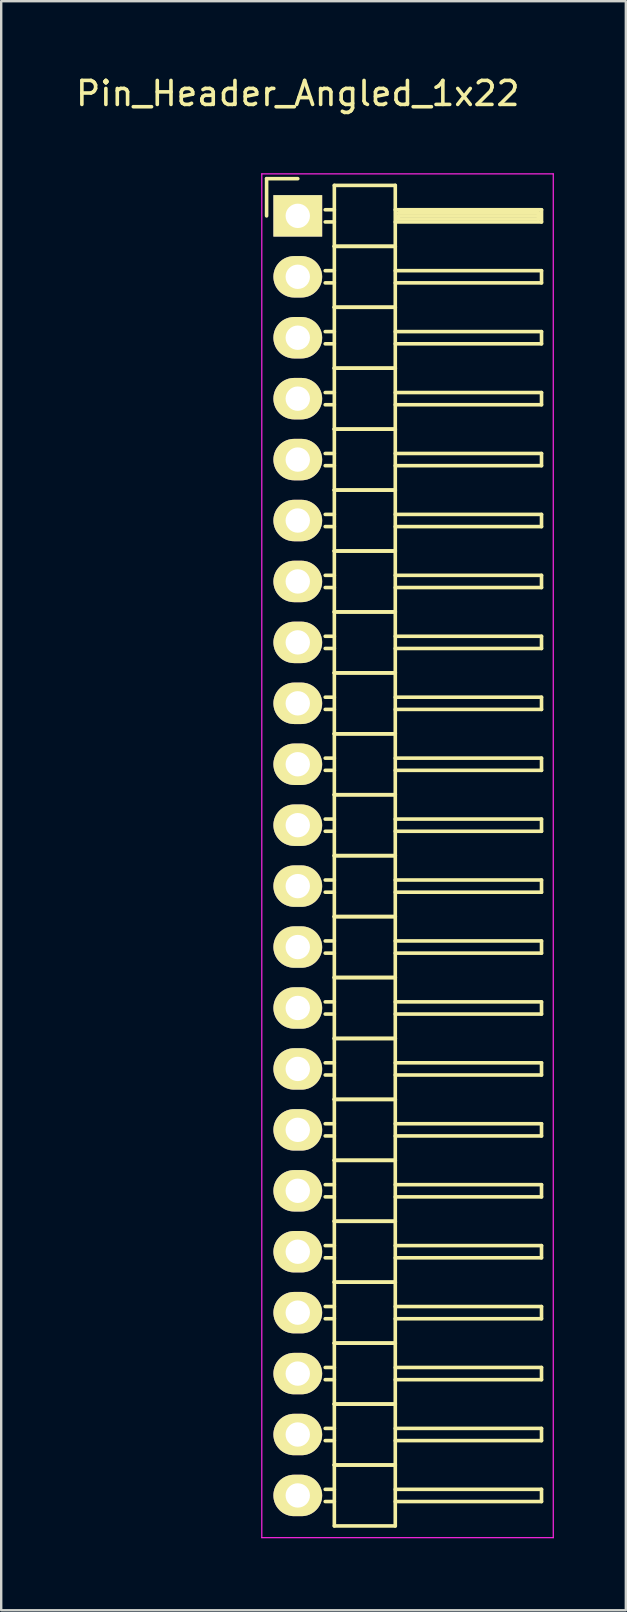
<source format=kicad_pcb>
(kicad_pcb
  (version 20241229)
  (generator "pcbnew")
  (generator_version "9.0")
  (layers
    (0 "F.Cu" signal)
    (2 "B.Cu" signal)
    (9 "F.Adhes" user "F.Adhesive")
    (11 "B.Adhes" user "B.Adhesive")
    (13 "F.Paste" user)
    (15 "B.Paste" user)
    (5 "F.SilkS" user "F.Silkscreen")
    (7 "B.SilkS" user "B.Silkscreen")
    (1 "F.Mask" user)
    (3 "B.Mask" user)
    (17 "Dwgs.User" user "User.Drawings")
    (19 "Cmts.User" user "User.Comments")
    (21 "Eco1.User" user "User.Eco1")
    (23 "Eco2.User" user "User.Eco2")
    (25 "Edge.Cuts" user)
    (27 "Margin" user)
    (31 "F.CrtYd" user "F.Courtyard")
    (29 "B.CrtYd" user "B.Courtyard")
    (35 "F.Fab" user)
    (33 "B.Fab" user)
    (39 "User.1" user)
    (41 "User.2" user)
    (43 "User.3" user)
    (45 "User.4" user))
  (footprint "Pin_Header_Angled_1x22"
    (layer "F.Cu")
    (at 9.363 5.948)
    (property "Reference" "Pin_Header_Angled_1x22" (at 0 -5.1 0) (layer "F.SilkS") (effects (font (size 1 1) (thickness 0.15))))
    (attr through_hole)
    (fp_line (start -1.3 -1.55) (end -1.3 0) (stroke (width 0.15) (type solid)) (layer "F.SilkS"))
    (fp_line (start 0 -1.55) (end -1.3 -1.55) (stroke (width 0.15) (type solid)) (layer "F.SilkS"))
    (fp_line (start 1.524 -1.27) (end 1.524 1.27) (stroke (width 0.15) (type solid)) (layer "F.SilkS"))
    (fp_line (start 1.524 -1.27) (end 4.064 -1.27) (stroke (width 0.15) (type solid)) (layer "F.SilkS"))
    (fp_line (start 1.524 -0.254) (end 1.143 -0.254) (stroke (width 0.15) (type solid)) (layer "F.SilkS"))
    (fp_line (start 1.524 0.254) (end 1.143 0.254) (stroke (width 0.15) (type solid)) (layer "F.SilkS"))
    (fp_line (start 1.524 1.27) (end 1.524 3.81) (stroke (width 0.15) (type solid)) (layer "F.SilkS"))
    (fp_line (start 1.524 1.27) (end 4.064 1.27) (stroke (width 0.15) (type solid)) (layer "F.SilkS"))
    (fp_line (start 1.524 1.27) (end 4.064 1.27) (stroke (width 0.15) (type solid)) (layer "F.SilkS"))
    (fp_line (start 1.524 2.286) (end 1.143 2.286) (stroke (width 0.15) (type solid)) (layer "F.SilkS"))
    (fp_line (start 1.524 2.794) (end 1.143 2.794) (stroke (width 0.15) (type solid)) (layer "F.SilkS"))
    (fp_line (start 1.524 3.81) (end 1.524 6.35) (stroke (width 0.15) (type solid)) (layer "F.SilkS"))
    (fp_line (start 1.524 3.81) (end 4.064 3.81) (stroke (width 0.15) (type solid)) (layer "F.SilkS"))
    (fp_line (start 1.524 3.81) (end 4.064 3.81) (stroke (width 0.15) (type solid)) (layer "F.SilkS"))
    (fp_line (start 1.524 4.826) (end 1.143 4.826) (stroke (width 0.15) (type solid)) (layer "F.SilkS"))
    (fp_line (start 1.524 5.334) (end 1.143 5.334) (stroke (width 0.15) (type solid)) (layer "F.SilkS"))
    (fp_line (start 1.524 6.35) (end 1.524 8.89) (stroke (width 0.15) (type solid)) (layer "F.SilkS"))
    (fp_line (start 1.524 6.35) (end 4.064 6.35) (stroke (width 0.15) (type solid)) (layer "F.SilkS"))
    (fp_line (start 1.524 6.35) (end 4.064 6.35) (stroke (width 0.15) (type solid)) (layer "F.SilkS"))
    (fp_line (start 1.524 7.366) (end 1.143 7.366) (stroke (width 0.15) (type solid)) (layer "F.SilkS"))
    (fp_line (start 1.524 7.874) (end 1.143 7.874) (stroke (width 0.15) (type solid)) (layer "F.SilkS"))
    (fp_line (start 1.524 8.89) (end 1.524 11.43) (stroke (width 0.15) (type solid)) (layer "F.SilkS"))
    (fp_line (start 1.524 8.89) (end 4.064 8.89) (stroke (width 0.15) (type solid)) (layer "F.SilkS"))
    (fp_line (start 1.524 8.89) (end 4.064 8.89) (stroke (width 0.15) (type solid)) (layer "F.SilkS"))
    (fp_line (start 1.524 9.906) (end 1.143 9.906) (stroke (width 0.15) (type solid)) (layer "F.SilkS"))
    (fp_line (start 1.524 10.414) (end 1.143 10.414) (stroke (width 0.15) (type solid)) (layer "F.SilkS"))
    (fp_line (start 1.524 11.43) (end 1.524 13.97) (stroke (width 0.15) (type solid)) (layer "F.SilkS"))
    (fp_line (start 1.524 11.43) (end 4.064 11.43) (stroke (width 0.15) (type solid)) (layer "F.SilkS"))
    (fp_line (start 1.524 11.43) (end 4.064 11.43) (stroke (width 0.15) (type solid)) (layer "F.SilkS"))
    (fp_line (start 1.524 12.446) (end 1.143 12.446) (stroke (width 0.15) (type solid)) (layer "F.SilkS"))
    (fp_line (start 1.524 12.954) (end 1.143 12.954) (stroke (width 0.15) (type solid)) (layer "F.SilkS"))
    (fp_line (start 1.524 13.97) (end 1.524 16.51) (stroke (width 0.15) (type solid)) (layer "F.SilkS"))
    (fp_line (start 1.524 13.97) (end 4.064 13.97) (stroke (width 0.15) (type solid)) (layer "F.SilkS"))
    (fp_line (start 1.524 13.97) (end 4.064 13.97) (stroke (width 0.15) (type solid)) (layer "F.SilkS"))
    (fp_line (start 1.524 14.986) (end 1.143 14.986) (stroke (width 0.15) (type solid)) (layer "F.SilkS"))
    (fp_line (start 1.524 15.494) (end 1.143 15.494) (stroke (width 0.15) (type solid)) (layer "F.SilkS"))
    (fp_line (start 1.524 16.51) (end 1.524 19.05) (stroke (width 0.15) (type solid)) (layer "F.SilkS"))
    (fp_line (start 1.524 16.51) (end 4.064 16.51) (stroke (width 0.15) (type solid)) (layer "F.SilkS"))
    (fp_line (start 1.524 16.51) (end 4.064 16.51) (stroke (width 0.15) (type solid)) (layer "F.SilkS"))
    (fp_line (start 1.524 17.526) (end 1.143 17.526) (stroke (width 0.15) (type solid)) (layer "F.SilkS"))
    (fp_line (start 1.524 18.034) (end 1.143 18.034) (stroke (width 0.15) (type solid)) (layer "F.SilkS"))
    (fp_line (start 1.524 19.05) (end 1.524 21.59) (stroke (width 0.15) (type solid)) (layer "F.SilkS"))
    (fp_line (start 1.524 19.05) (end 4.064 19.05) (stroke (width 0.15) (type solid)) (layer "F.SilkS"))
    (fp_line (start 1.524 19.05) (end 4.064 19.05) (stroke (width 0.15) (type solid)) (layer "F.SilkS"))
    (fp_line (start 1.524 20.066) (end 1.143 20.066) (stroke (width 0.15) (type solid)) (layer "F.SilkS"))
    (fp_line (start 1.524 20.574) (end 1.143 20.574) (stroke (width 0.15) (type solid)) (layer "F.SilkS"))
    (fp_line (start 1.524 21.59) (end 1.524 24.13) (stroke (width 0.15) (type solid)) (layer "F.SilkS"))
    (fp_line (start 1.524 21.59) (end 4.064 21.59) (stroke (width 0.15) (type solid)) (layer "F.SilkS"))
    (fp_line (start 1.524 21.59) (end 4.064 21.59) (stroke (width 0.15) (type solid)) (layer "F.SilkS"))
    (fp_line (start 1.524 22.606) (end 1.143 22.606) (stroke (width 0.15) (type solid)) (layer "F.SilkS"))
    (fp_line (start 1.524 23.114) (end 1.143 23.114) (stroke (width 0.15) (type solid)) (layer "F.SilkS"))
    (fp_line (start 1.524 24.13) (end 1.524 26.67) (stroke (width 0.15) (type solid)) (layer "F.SilkS"))
    (fp_line (start 1.524 24.13) (end 4.064 24.13) (stroke (width 0.15) (type solid)) (layer "F.SilkS"))
    (fp_line (start 1.524 24.13) (end 4.064 24.13) (stroke (width 0.15) (type solid)) (layer "F.SilkS"))
    (fp_line (start 1.524 25.146) (end 1.143 25.146) (stroke (width 0.15) (type solid)) (layer "F.SilkS"))
    (fp_line (start 1.524 25.654) (end 1.143 25.654) (stroke (width 0.15) (type solid)) (layer "F.SilkS"))
    (fp_line (start 1.524 26.67) (end 1.524 29.21) (stroke (width 0.15) (type solid)) (layer "F.SilkS"))
    (fp_line (start 1.524 26.67) (end 4.064 26.67) (stroke (width 0.15) (type solid)) (layer "F.SilkS"))
    (fp_line (start 1.524 26.67) (end 4.064 26.67) (stroke (width 0.15) (type solid)) (layer "F.SilkS"))
    (fp_line (start 1.524 27.686) (end 1.143 27.686) (stroke (width 0.15) (type solid)) (layer "F.SilkS"))
    (fp_line (start 1.524 28.194) (end 1.143 28.194) (stroke (width 0.15) (type solid)) (layer "F.SilkS"))
    (fp_line (start 1.524 29.21) (end 1.524 31.75) (stroke (width 0.15) (type solid)) (layer "F.SilkS"))
    (fp_line (start 1.524 29.21) (end 4.064 29.21) (stroke (width 0.15) (type solid)) (layer "F.SilkS"))
    (fp_line (start 1.524 29.21) (end 4.064 29.21) (stroke (width 0.15) (type solid)) (layer "F.SilkS"))
    (fp_line (start 1.524 30.226) (end 1.143 30.226) (stroke (width 0.15) (type solid)) (layer "F.SilkS"))
    (fp_line (start 1.524 30.734) (end 1.143 30.734) (stroke (width 0.15) (type solid)) (layer "F.SilkS"))
    (fp_line (start 1.524 31.75) (end 1.524 34.29) (stroke (width 0.15) (type solid)) (layer "F.SilkS"))
    (fp_line (start 1.524 31.75) (end 4.064 31.75) (stroke (width 0.15) (type solid)) (layer "F.SilkS"))
    (fp_line (start 1.524 31.75) (end 4.064 31.75) (stroke (width 0.15) (type solid)) (layer "F.SilkS"))
    (fp_line (start 1.524 32.766) (end 1.143 32.766) (stroke (width 0.15) (type solid)) (layer "F.SilkS"))
    (fp_line (start 1.524 33.274) (end 1.143 33.274) (stroke (width 0.15) (type solid)) (layer "F.SilkS"))
    (fp_line (start 1.524 34.29) (end 1.524 36.83) (stroke (width 0.15) (type solid)) (layer "F.SilkS"))
    (fp_line (start 1.524 34.29) (end 4.064 34.29) (stroke (width 0.15) (type solid)) (layer "F.SilkS"))
    (fp_line (start 1.524 34.29) (end 4.064 34.29) (stroke (width 0.15) (type solid)) (layer "F.SilkS"))
    (fp_line (start 1.524 35.306) (end 1.143 35.306) (stroke (width 0.15) (type solid)) (layer "F.SilkS"))
    (fp_line (start 1.524 35.814) (end 1.143 35.814) (stroke (width 0.15) (type solid)) (layer "F.SilkS"))
    (fp_line (start 1.524 36.83) (end 1.524 39.37) (stroke (width 0.15) (type solid)) (layer "F.SilkS"))
    (fp_line (start 1.524 36.83) (end 4.064 36.83) (stroke (width 0.15) (type solid)) (layer "F.SilkS"))
    (fp_line (start 1.524 36.83) (end 4.064 36.83) (stroke (width 0.15) (type solid)) (layer "F.SilkS"))
    (fp_line (start 1.524 37.846) (end 1.143 37.846) (stroke (width 0.15) (type solid)) (layer "F.SilkS"))
    (fp_line (start 1.524 38.354) (end 1.143 38.354) (stroke (width 0.15) (type solid)) (layer "F.SilkS"))
    (fp_line (start 1.524 39.37) (end 1.524 41.91) (stroke (width 0.15) (type solid)) (layer "F.SilkS"))
    (fp_line (start 1.524 39.37) (end 4.064 39.37) (stroke (width 0.15) (type solid)) (layer "F.SilkS"))
    (fp_line (start 1.524 39.37) (end 4.064 39.37) (stroke (width 0.15) (type solid)) (layer "F.SilkS"))
    (fp_line (start 1.524 40.386) (end 1.143 40.386) (stroke (width 0.15) (type solid)) (layer "F.SilkS"))
    (fp_line (start 1.524 40.894) (end 1.143 40.894) (stroke (width 0.15) (type solid)) (layer "F.SilkS"))
    (fp_line (start 1.524 41.91) (end 1.524 44.45) (stroke (width 0.15) (type solid)) (layer "F.SilkS"))
    (fp_line (start 1.524 41.91) (end 4.064 41.91) (stroke (width 0.15) (type solid)) (layer "F.SilkS"))
    (fp_line (start 1.524 41.91) (end 4.064 41.91) (stroke (width 0.15) (type solid)) (layer "F.SilkS"))
    (fp_line (start 1.524 42.926) (end 1.143 42.926) (stroke (width 0.15) (type solid)) (layer "F.SilkS"))
    (fp_line (start 1.524 43.434) (end 1.143 43.434) (stroke (width 0.15) (type solid)) (layer "F.SilkS"))
    (fp_line (start 1.524 44.45) (end 1.524 46.99) (stroke (width 0.15) (type solid)) (layer "F.SilkS"))
    (fp_line (start 1.524 44.45) (end 4.064 44.45) (stroke (width 0.15) (type solid)) (layer "F.SilkS"))
    (fp_line (start 1.524 44.45) (end 4.064 44.45) (stroke (width 0.15) (type solid)) (layer "F.SilkS"))
    (fp_line (start 1.524 45.466) (end 1.143 45.466) (stroke (width 0.15) (type solid)) (layer "F.SilkS"))
    (fp_line (start 1.524 45.974) (end 1.143 45.974) (stroke (width 0.15) (type solid)) (layer "F.SilkS"))
    (fp_line (start 1.524 46.99) (end 1.524 49.53) (stroke (width 0.15) (type solid)) (layer "F.SilkS"))
    (fp_line (start 1.524 46.99) (end 4.064 46.99) (stroke (width 0.15) (type solid)) (layer "F.SilkS"))
    (fp_line (start 1.524 46.99) (end 4.064 46.99) (stroke (width 0.15) (type solid)) (layer "F.SilkS"))
    (fp_line (start 1.524 48.006) (end 1.143 48.006) (stroke (width 0.15) (type solid)) (layer "F.SilkS"))
    (fp_line (start 1.524 48.514) (end 1.143 48.514) (stroke (width 0.15) (type solid)) (layer "F.SilkS"))
    (fp_line (start 1.524 49.53) (end 1.524 52.07) (stroke (width 0.15) (type solid)) (layer "F.SilkS"))
    (fp_line (start 1.524 49.53) (end 4.064 49.53) (stroke (width 0.15) (type solid)) (layer "F.SilkS"))
    (fp_line (start 1.524 49.53) (end 4.064 49.53) (stroke (width 0.15) (type solid)) (layer "F.SilkS"))
    (fp_line (start 1.524 50.546) (end 1.143 50.546) (stroke (width 0.15) (type solid)) (layer "F.SilkS"))
    (fp_line (start 1.524 51.054) (end 1.143 51.054) (stroke (width 0.15) (type solid)) (layer "F.SilkS"))
    (fp_line (start 1.524 52.07) (end 1.524 54.61) (stroke (width 0.15) (type solid)) (layer "F.SilkS"))
    (fp_line (start 1.524 52.07) (end 4.064 52.07) (stroke (width 0.15) (type solid)) (layer "F.SilkS"))
    (fp_line (start 1.524 52.07) (end 4.064 52.07) (stroke (width 0.15) (type solid)) (layer "F.SilkS"))
    (fp_line (start 1.524 53.086) (end 1.143 53.086) (stroke (width 0.15) (type solid)) (layer "F.SilkS"))
    (fp_line (start 1.524 53.594) (end 1.143 53.594) (stroke (width 0.15) (type solid)) (layer "F.SilkS"))
    (fp_line (start 1.524 54.61) (end 4.064 54.61) (stroke (width 0.15) (type solid)) (layer "F.SilkS"))
    (fp_line (start 4.064 -0.254) (end 10.16 -0.254) (stroke (width 0.15) (type solid)) (layer "F.SilkS"))
    (fp_line (start 4.064 1.27) (end 4.064 -1.27) (stroke (width 0.15) (type solid)) (layer "F.SilkS"))
    (fp_line (start 4.064 2.286) (end 10.16 2.286) (stroke (width 0.15) (type solid)) (layer "F.SilkS"))
    (fp_line (start 4.064 3.81) (end 4.064 1.27) (stroke (width 0.15) (type solid)) (layer "F.SilkS"))
    (fp_line (start 4.064 4.826) (end 10.16 4.826) (stroke (width 0.15) (type solid)) (layer "F.SilkS"))
    (fp_line (start 4.064 6.35) (end 4.064 3.81) (stroke (width 0.15) (type solid)) (layer "F.SilkS"))
    (fp_line (start 4.064 7.366) (end 10.16 7.366) (stroke (width 0.15) (type solid)) (layer "F.SilkS"))
    (fp_line (start 4.064 8.89) (end 4.064 6.35) (stroke (width 0.15) (type solid)) (layer "F.SilkS"))
    (fp_line (start 4.064 9.906) (end 10.16 9.906) (stroke (width 0.15) (type solid)) (layer "F.SilkS"))
    (fp_line (start 4.064 11.43) (end 4.064 8.89) (stroke (width 0.15) (type solid)) (layer "F.SilkS"))
    (fp_line (start 4.064 12.446) (end 10.16 12.446) (stroke (width 0.15) (type solid)) (layer "F.SilkS"))
    (fp_line (start 4.064 13.97) (end 4.064 11.43) (stroke (width 0.15) (type solid)) (layer "F.SilkS"))
    (fp_line (start 4.064 14.986) (end 10.16 14.986) (stroke (width 0.15) (type solid)) (layer "F.SilkS"))
    (fp_line (start 4.064 16.51) (end 4.064 13.97) (stroke (width 0.15) (type solid)) (layer "F.SilkS"))
    (fp_line (start 4.064 17.526) (end 10.16 17.526) (stroke (width 0.15) (type solid)) (layer "F.SilkS"))
    (fp_line (start 4.064 19.05) (end 4.064 16.51) (stroke (width 0.15) (type solid)) (layer "F.SilkS"))
    (fp_line (start 4.064 20.066) (end 10.16 20.066) (stroke (width 0.15) (type solid)) (layer "F.SilkS"))
    (fp_line (start 4.064 21.59) (end 4.064 19.05) (stroke (width 0.15) (type solid)) (layer "F.SilkS"))
    (fp_line (start 4.064 22.606) (end 10.16 22.606) (stroke (width 0.15) (type solid)) (layer "F.SilkS"))
    (fp_line (start 4.064 24.13) (end 4.064 21.59) (stroke (width 0.15) (type solid)) (layer "F.SilkS"))
    (fp_line (start 4.064 25.146) (end 10.16 25.146) (stroke (width 0.15) (type solid)) (layer "F.SilkS"))
    (fp_line (start 4.064 26.67) (end 4.064 24.13) (stroke (width 0.15) (type solid)) (layer "F.SilkS"))
    (fp_line (start 4.064 27.686) (end 10.16 27.686) (stroke (width 0.15) (type solid)) (layer "F.SilkS"))
    (fp_line (start 4.064 29.21) (end 4.064 26.67) (stroke (width 0.15) (type solid)) (layer "F.SilkS"))
    (fp_line (start 4.064 30.226) (end 10.16 30.226) (stroke (width 0.15) (type solid)) (layer "F.SilkS"))
    (fp_line (start 4.064 31.75) (end 4.064 29.21) (stroke (width 0.15) (type solid)) (layer "F.SilkS"))
    (fp_line (start 4.064 32.766) (end 10.16 32.766) (stroke (width 0.15) (type solid)) (layer "F.SilkS"))
    (fp_line (start 4.064 34.29) (end 4.064 31.75) (stroke (width 0.15) (type solid)) (layer "F.SilkS"))
    (fp_line (start 4.064 35.306) (end 10.16 35.306) (stroke (width 0.15) (type solid)) (layer "F.SilkS"))
    (fp_line (start 4.064 36.83) (end 4.064 34.29) (stroke (width 0.15) (type solid)) (layer "F.SilkS"))
    (fp_line (start 4.064 37.846) (end 10.16 37.846) (stroke (width 0.15) (type solid)) (layer "F.SilkS"))
    (fp_line (start 4.064 39.37) (end 4.064 36.83) (stroke (width 0.15) (type solid)) (layer "F.SilkS"))
    (fp_line (start 4.064 40.386) (end 10.16 40.386) (stroke (width 0.15) (type solid)) (layer "F.SilkS"))
    (fp_line (start 4.064 41.91) (end 4.064 39.37) (stroke (width 0.15) (type solid)) (layer "F.SilkS"))
    (fp_line (start 4.064 42.926) (end 10.16 42.926) (stroke (width 0.15) (type solid)) (layer "F.SilkS"))
    (fp_line (start 4.064 44.45) (end 4.064 41.91) (stroke (width 0.15) (type solid)) (layer "F.SilkS"))
    (fp_line (start 4.064 45.466) (end 10.16 45.466) (stroke (width 0.15) (type solid)) (layer "F.SilkS"))
    (fp_line (start 4.064 46.99) (end 4.064 44.45) (stroke (width 0.15) (type solid)) (layer "F.SilkS"))
    (fp_line (start 4.064 48.006) (end 10.16 48.006) (stroke (width 0.15) (type solid)) (layer "F.SilkS"))
    (fp_line (start 4.064 49.53) (end 4.064 46.99) (stroke (width 0.15) (type solid)) (layer "F.SilkS"))
    (fp_line (start 4.064 50.546) (end 10.16 50.546) (stroke (width 0.15) (type solid)) (layer "F.SilkS"))
    (fp_line (start 4.064 52.07) (end 4.064 49.53) (stroke (width 0.15) (type solid)) (layer "F.SilkS"))
    (fp_line (start 4.064 53.086) (end 10.16 53.086) (stroke (width 0.15) (type solid)) (layer "F.SilkS"))
    (fp_line (start 4.064 54.61) (end 4.064 52.07) (stroke (width 0.15) (type solid)) (layer "F.SilkS"))
    (fp_line (start 4.191 -0.127) (end 10.033 -0.127) (stroke (width 0.15) (type solid)) (layer "F.SilkS"))
    (fp_line (start 4.191 0) (end 10.033 0) (stroke (width 0.15) (type solid)) (layer "F.SilkS"))
    (fp_line (start 4.191 0.127) (end 4.191 0) (stroke (width 0.15) (type solid)) (layer "F.SilkS"))
    (fp_line (start 10.033 -0.127) (end 10.033 0.127) (stroke (width 0.15) (type solid)) (layer "F.SilkS"))
    (fp_line (start 10.033 0.127) (end 4.191 0.127) (stroke (width 0.15) (type solid)) (layer "F.SilkS"))
    (fp_line (start 10.16 -0.254) (end 10.16 0.254) (stroke (width 0.15) (type solid)) (layer "F.SilkS"))
    (fp_line (start 10.16 0.254) (end 4.064 0.254) (stroke (width 0.15) (type solid)) (layer "F.SilkS"))
    (fp_line (start 10.16 2.286) (end 10.16 2.794) (stroke (width 0.15) (type solid)) (layer "F.SilkS"))
    (fp_line (start 10.16 2.794) (end 4.064 2.794) (stroke (width 0.15) (type solid)) (layer "F.SilkS"))
    (fp_line (start 10.16 4.826) (end 10.16 5.334) (stroke (width 0.15) (type solid)) (layer "F.SilkS"))
    (fp_line (start 10.16 5.334) (end 4.064 5.334) (stroke (width 0.15) (type solid)) (layer "F.SilkS"))
    (fp_line (start 10.16 7.366) (end 10.16 7.874) (stroke (width 0.15) (type solid)) (layer "F.SilkS"))
    (fp_line (start 10.16 7.874) (end 4.064 7.874) (stroke (width 0.15) (type solid)) (layer "F.SilkS"))
    (fp_line (start 10.16 9.906) (end 10.16 10.414) (stroke (width 0.15) (type solid)) (layer "F.SilkS"))
    (fp_line (start 10.16 10.414) (end 4.064 10.414) (stroke (width 0.15) (type solid)) (layer "F.SilkS"))
    (fp_line (start 10.16 12.446) (end 10.16 12.954) (stroke (width 0.15) (type solid)) (layer "F.SilkS"))
    (fp_line (start 10.16 12.954) (end 4.064 12.954) (stroke (width 0.15) (type solid)) (layer "F.SilkS"))
    (fp_line (start 10.16 14.986) (end 10.16 15.494) (stroke (width 0.15) (type solid)) (layer "F.SilkS"))
    (fp_line (start 10.16 15.494) (end 4.064 15.494) (stroke (width 0.15) (type solid)) (layer "F.SilkS"))
    (fp_line (start 10.16 17.526) (end 10.16 18.034) (stroke (width 0.15) (type solid)) (layer "F.SilkS"))
    (fp_line (start 10.16 18.034) (end 4.064 18.034) (stroke (width 0.15) (type solid)) (layer "F.SilkS"))
    (fp_line (start 10.16 20.066) (end 10.16 20.574) (stroke (width 0.15) (type solid)) (layer "F.SilkS"))
    (fp_line (start 10.16 20.574) (end 4.064 20.574) (stroke (width 0.15) (type solid)) (layer "F.SilkS"))
    (fp_line (start 10.16 22.606) (end 10.16 23.114) (stroke (width 0.15) (type solid)) (layer "F.SilkS"))
    (fp_line (start 10.16 23.114) (end 4.064 23.114) (stroke (width 0.15) (type solid)) (layer "F.SilkS"))
    (fp_line (start 10.16 25.146) (end 10.16 25.654) (stroke (width 0.15) (type solid)) (layer "F.SilkS"))
    (fp_line (start 10.16 25.654) (end 4.064 25.654) (stroke (width 0.15) (type solid)) (layer "F.SilkS"))
    (fp_line (start 10.16 27.686) (end 10.16 28.194) (stroke (width 0.15) (type solid)) (layer "F.SilkS"))
    (fp_line (start 10.16 28.194) (end 4.064 28.194) (stroke (width 0.15) (type solid)) (layer "F.SilkS"))
    (fp_line (start 10.16 30.226) (end 10.16 30.734) (stroke (width 0.15) (type solid)) (layer "F.SilkS"))
    (fp_line (start 10.16 30.734) (end 4.064 30.734) (stroke (width 0.15) (type solid)) (layer "F.SilkS"))
    (fp_line (start 10.16 32.766) (end 10.16 33.274) (stroke (width 0.15) (type solid)) (layer "F.SilkS"))
    (fp_line (start 10.16 33.274) (end 4.064 33.274) (stroke (width 0.15) (type solid)) (layer "F.SilkS"))
    (fp_line (start 10.16 35.306) (end 10.16 35.814) (stroke (width 0.15) (type solid)) (layer "F.SilkS"))
    (fp_line (start 10.16 35.814) (end 4.064 35.814) (stroke (width 0.15) (type solid)) (layer "F.SilkS"))
    (fp_line (start 10.16 37.846) (end 10.16 38.354) (stroke (width 0.15) (type solid)) (layer "F.SilkS"))
    (fp_line (start 10.16 38.354) (end 4.064 38.354) (stroke (width 0.15) (type solid)) (layer "F.SilkS"))
    (fp_line (start 10.16 40.386) (end 10.16 40.894) (stroke (width 0.15) (type solid)) (layer "F.SilkS"))
    (fp_line (start 10.16 40.894) (end 4.064 40.894) (stroke (width 0.15) (type solid)) (layer "F.SilkS"))
    (fp_line (start 10.16 42.926) (end 10.16 43.434) (stroke (width 0.15) (type solid)) (layer "F.SilkS"))
    (fp_line (start 10.16 43.434) (end 4.064 43.434) (stroke (width 0.15) (type solid)) (layer "F.SilkS"))
    (fp_line (start 10.16 45.466) (end 10.16 45.974) (stroke (width 0.15) (type solid)) (layer "F.SilkS"))
    (fp_line (start 10.16 45.974) (end 4.064 45.974) (stroke (width 0.15) (type solid)) (layer "F.SilkS"))
    (fp_line (start 10.16 48.006) (end 10.16 48.514) (stroke (width 0.15) (type solid)) (layer "F.SilkS"))
    (fp_line (start 10.16 48.514) (end 4.064 48.514) (stroke (width 0.15) (type solid)) (layer "F.SilkS"))
    (fp_line (start 10.16 50.546) (end 10.16 51.054) (stroke (width 0.15) (type solid)) (layer "F.SilkS"))
    (fp_line (start 10.16 51.054) (end 4.064 51.054) (stroke (width 0.15) (type solid)) (layer "F.SilkS"))
    (fp_line (start 10.16 53.086) (end 10.16 53.594) (stroke (width 0.15) (type solid)) (layer "F.SilkS"))
    (fp_line (start 10.16 53.594) (end 4.064 53.594) (stroke (width 0.15) (type solid)) (layer "F.SilkS"))
    (fp_line (start -1.5 -1.75) (end -1.5 55.1) (stroke (width 0.05) (type solid)) (layer "F.CrtYd"))
    (fp_line (start -1.5 -1.75) (end 10.65 -1.75) (stroke (width 0.05) (type solid)) (layer "F.CrtYd"))
    (fp_line (start -1.5 55.1) (end 10.65 55.1) (stroke (width 0.05) (type solid)) (layer "F.CrtYd"))
    (fp_line (start 10.65 -1.75) (end 10.65 55.1) (stroke (width 0.05) (type solid)) (layer "F.CrtYd"))
    (pad "1" thru_hole rect (at 0 0) (size 2.032 1.727) (drill 1.016) (layers "*.Cu" "*.Mask" "F.SilkS"))
    (pad "2" thru_hole oval (at 0 2.54) (size 2.032 1.727) (drill 1.016) (layers "*.Cu" "*.Mask" "F.SilkS"))
    (pad "3" thru_hole oval (at 0 5.08) (size 2.032 1.727) (drill 1.016) (layers "*.Cu" "*.Mask" "F.SilkS"))
    (pad "4" thru_hole oval (at 0 7.62) (size 2.032 1.727) (drill 1.016) (layers "*.Cu" "*.Mask" "F.SilkS"))
    (pad "5" thru_hole oval (at 0 10.16) (size 2.032 1.727) (drill 1.016) (layers "*.Cu" "*.Mask" "F.SilkS"))
    (pad "6" thru_hole oval (at 0 12.7) (size 2.032 1.727) (drill 1.016) (layers "*.Cu" "*.Mask" "F.SilkS"))
    (pad "7" thru_hole oval (at 0 15.24) (size 2.032 1.727) (drill 1.016) (layers "*.Cu" "*.Mask" "F.SilkS"))
    (pad "8" thru_hole oval (at 0 17.78) (size 2.032 1.727) (drill 1.016) (layers "*.Cu" "*.Mask" "F.SilkS"))
    (pad "9" thru_hole oval (at 0 20.32) (size 2.032 1.727) (drill 1.016) (layers "*.Cu" "*.Mask" "F.SilkS"))
    (pad "10" thru_hole oval (at 0 22.86) (size 2.032 1.727) (drill 1.016) (layers "*.Cu" "*.Mask" "F.SilkS"))
    (pad "11" thru_hole oval (at 0 25.4) (size 2.032 1.727) (drill 1.016) (layers "*.Cu" "*.Mask" "F.SilkS"))
    (pad "12" thru_hole oval (at 0 27.94) (size 2.032 1.727) (drill 1.016) (layers "*.Cu" "*.Mask" "F.SilkS"))
    (pad "13" thru_hole oval (at 0 30.48) (size 2.032 1.727) (drill 1.016) (layers "*.Cu" "*.Mask" "F.SilkS"))
    (pad "14" thru_hole oval (at 0 33.02) (size 2.032 1.727) (drill 1.016) (layers "*.Cu" "*.Mask" "F.SilkS"))
    (pad "15" thru_hole oval (at 0 35.56) (size 2.032 1.727) (drill 1.016) (layers "*.Cu" "*.Mask" "F.SilkS"))
    (pad "16" thru_hole oval (at 0 38.1) (size 2.032 1.727) (drill 1.016) (layers "*.Cu" "*.Mask" "F.SilkS"))
    (pad "17" thru_hole oval (at 0 40.64) (size 2.032 1.727) (drill 1.016) (layers "*.Cu" "*.Mask" "F.SilkS"))
    (pad "18" thru_hole oval (at 0 43.18) (size 2.032 1.727) (drill 1.016) (layers "*.Cu" "*.Mask" "F.SilkS"))
    (pad "19" thru_hole oval (at 0 45.72) (size 2.032 1.727) (drill 1.016) (layers "*.Cu" "*.Mask" "F.SilkS"))
    (pad "20" thru_hole oval (at 0 48.26) (size 2.032 1.727) (drill 1.016) (layers "*.Cu" "*.Mask" "F.SilkS"))
    (pad "21" thru_hole oval (at 0 50.8) (size 2.032 1.727) (drill 1.016) (layers "*.Cu" "*.Mask" "F.SilkS"))
    (pad "22" thru_hole oval (at 0 53.34) (size 2.032 1.727) (drill 1.016) (layers "*.Cu" "*.Mask" "F.SilkS")))
  (gr_rect
    (start -3 -3)
    (end 23.038 64.073)
    (stroke (width 0.1) (type default))
    (fill no)
    (layer "Edge.Cuts")))
</source>
